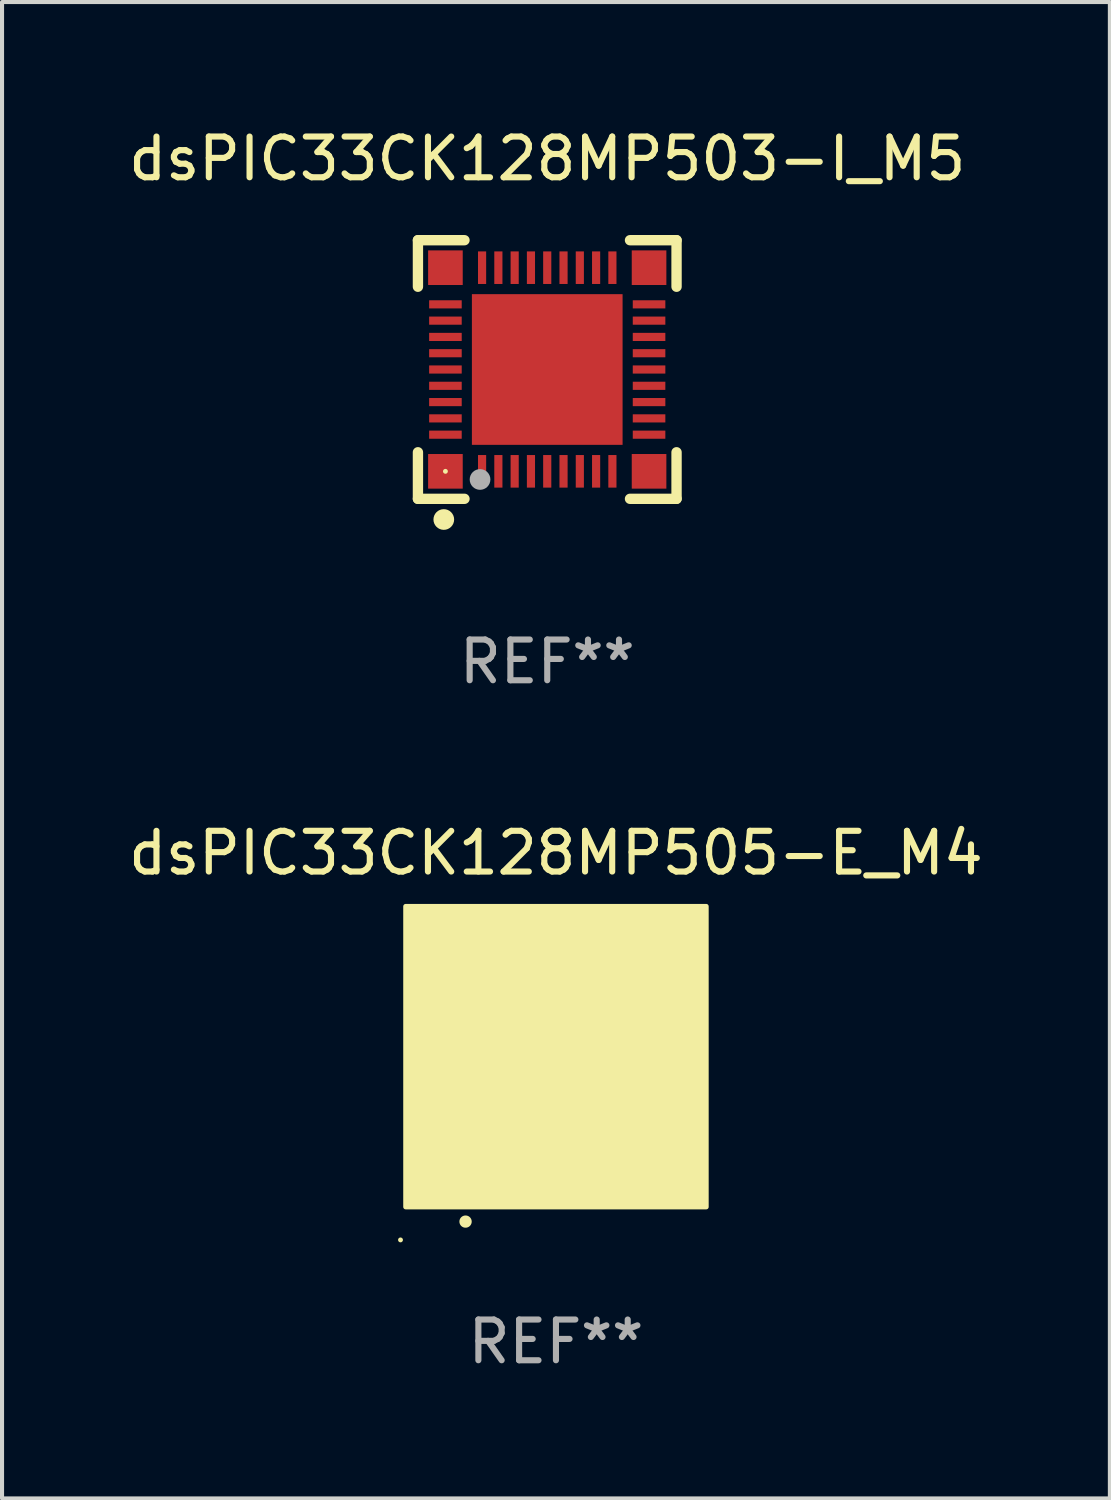
<source format=kicad_pcb>
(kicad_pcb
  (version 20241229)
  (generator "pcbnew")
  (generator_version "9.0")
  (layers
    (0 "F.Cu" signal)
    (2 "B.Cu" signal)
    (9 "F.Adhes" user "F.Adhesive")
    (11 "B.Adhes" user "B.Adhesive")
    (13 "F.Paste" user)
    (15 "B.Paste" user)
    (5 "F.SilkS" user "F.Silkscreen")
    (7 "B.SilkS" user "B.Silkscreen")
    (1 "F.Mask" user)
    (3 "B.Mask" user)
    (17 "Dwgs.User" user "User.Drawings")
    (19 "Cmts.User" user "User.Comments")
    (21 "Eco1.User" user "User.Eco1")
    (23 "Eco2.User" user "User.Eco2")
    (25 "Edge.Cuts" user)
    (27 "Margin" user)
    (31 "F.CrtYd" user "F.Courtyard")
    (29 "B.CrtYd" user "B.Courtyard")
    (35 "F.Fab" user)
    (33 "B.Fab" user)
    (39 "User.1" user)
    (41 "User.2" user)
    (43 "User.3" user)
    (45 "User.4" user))
  (footprint "dsPIC33CK128MP505-E_M4"
    (layer "F.Cu")
    (at 10.601 22.895)
    (property "Reference" "dsPIC33CK128MP505-E_M4" (at 0 -5 0) (layer "F.SilkS") (effects (font (size 1 1) (thickness 0.15))))
    (attr through_hole)
    (fp_arc (start -2.221158 4.050013) (mid -2.219888 4.050008) (end -2.218618 4.050013) (stroke (width 0.3) (type solid)) (layer "F.SilkS"))
    (fp_circle (center -3.817 4.5) (end -3.787 4.5) (stroke (width 0.06) (type solid)) (fill no) (layer "F.SilkS"))
    (fp_poly (pts (xy -3.69 -3.69) (xy 3.69 -3.69) (xy 3.69 3.69) (xy -3.69 3.69)) (stroke (width 0.12) (type solid)) (fill yes) (layer "F.SilkS"))
    (fp_text user "REF**" (at 0 7 0) (layer "F.Fab") (effects (font (size 1 1) (thickness 0.15))))
    (pad "1" smd oval (at -2.201 3) (size 0.2 0.95) (layers "F.Cu" "F.Mask" "F.Paste"))
    (pad "2" smd oval (at -1.8 3) (size 0.2 0.95) (layers "F.Cu" "F.Mask" "F.Paste"))
    (pad "3" smd oval (at -1.401 3) (size 0.2 0.95) (layers "F.Cu" "F.Mask" "F.Paste"))
    (pad "4" smd oval (at -0.999 3) (size 0.2 0.95) (layers "F.Cu" "F.Mask" "F.Paste"))
    (pad "5" smd oval (at -0.601 3) (size 0.2 0.95) (layers "F.Cu" "F.Mask" "F.Paste"))
    (pad "6" smd oval (at -0.199 3) (size 0.2 0.95) (layers "F.Cu" "F.Mask" "F.Paste"))
    (pad "7" smd oval (at 0.199 3) (size 0.2 0.95) (layers "F.Cu" "F.Mask" "F.Paste"))
    (pad "8" smd oval (at 0.601 3) (size 0.2 0.95) (layers "F.Cu" "F.Mask" "F.Paste"))
    (pad "9" smd oval (at 0.999 3) (size 0.2 0.95) (layers "F.Cu" "F.Mask" "F.Paste"))
    (pad "10" smd oval (at 1.401 3) (size 0.2 0.95) (layers "F.Cu" "F.Mask" "F.Paste"))
    (pad "11" smd oval (at 1.8 3) (size 0.2 0.95) (layers "F.Cu" "F.Mask" "F.Paste"))
    (pad "12" smd oval (at 2.201 3) (size 0.2 0.95) (layers "F.Cu" "F.Mask" "F.Paste"))
    (pad "13" smd oval (at 3 2.198 90) (size 0.2 0.95) (layers "F.Cu" "F.Mask" "F.Paste"))
    (pad "14" smd oval (at 3 1.8 90) (size 0.2 0.95) (layers "F.Cu" "F.Mask" "F.Paste"))
    (pad "15" smd oval (at 3 1.401 90) (size 0.2 0.95) (layers "F.Cu" "F.Mask" "F.Paste"))
    (pad "16" smd oval (at 3 0.999 90) (size 0.2 0.95) (layers "F.Cu" "F.Mask" "F.Paste"))
    (pad "17" smd oval (at 3 0.601 90) (size 0.2 0.95) (layers "F.Cu" "F.Mask" "F.Paste"))
    (pad "18" smd oval (at 3 0.199 90) (size 0.2 0.95) (layers "F.Cu" "F.Mask" "F.Paste"))
    (pad "19" smd oval (at 3 -0.199 90) (size 0.2 0.95) (layers "F.Cu" "F.Mask" "F.Paste"))
    (pad "20" smd oval (at 3 -0.601 90) (size 0.2 0.95) (layers "F.Cu" "F.Mask" "F.Paste"))
    (pad "21" smd oval (at 3 -0.999 90) (size 0.2 0.95) (layers "F.Cu" "F.Mask" "F.Paste"))
    (pad "22" smd oval (at 3 -1.401 90) (size 0.2 0.95) (layers "F.Cu" "F.Mask" "F.Paste"))
    (pad "23" smd oval (at 3 -1.8 90) (size 0.2 0.95) (layers "F.Cu" "F.Mask" "F.Paste"))
    (pad "24" smd oval (at 3 -2.201 90) (size 0.2 0.95) (layers "F.Cu" "F.Mask" "F.Paste"))
    (pad "25" smd oval (at 2.201 -3 180) (size 0.2 0.95) (layers "F.Cu" "F.Mask" "F.Paste"))
    (pad "26" smd oval (at 1.8 -3 180) (size 0.2 0.95) (layers "F.Cu" "F.Mask" "F.Paste"))
    (pad "27" smd oval (at 1.401 -3 180) (size 0.2 0.95) (layers "F.Cu" "F.Mask" "F.Paste"))
    (pad "28" smd oval (at 0.999 -3 180) (size 0.2 0.95) (layers "F.Cu" "F.Mask" "F.Paste"))
    (pad "29" smd oval (at 0.601 -3 180) (size 0.2 0.95) (layers "F.Cu" "F.Mask" "F.Paste"))
    (pad "30" smd oval (at 0.199 -3 180) (size 0.2 0.95) (layers "F.Cu" "F.Mask" "F.Paste"))
    (pad "31" smd oval (at -0.199 -3 180) (size 0.2 0.95) (layers "F.Cu" "F.Mask" "F.Paste"))
    (pad "32" smd oval (at -0.601 -3 180) (size 0.2 0.95) (layers "F.Cu" "F.Mask" "F.Paste"))
    (pad "33" smd oval (at -0.999 -3 180) (size 0.2 0.95) (layers "F.Cu" "F.Mask" "F.Paste"))
    (pad "34" smd oval (at -1.401 -3 180) (size 0.2 0.95) (layers "F.Cu" "F.Mask" "F.Paste"))
    (pad "35" smd oval (at -1.8 -3 180) (size 0.2 0.95) (layers "F.Cu" "F.Mask" "F.Paste"))
    (pad "36" smd oval (at -2.201 -3 180) (size 0.2 0.95) (layers "F.Cu" "F.Mask" "F.Paste"))
    (pad "37" smd oval (at -3 -2.201 270) (size 0.2 0.95) (layers "F.Cu" "F.Mask" "F.Paste"))
    (pad "38" smd oval (at -3 -1.8 270) (size 0.2 0.95) (layers "F.Cu" "F.Mask" "F.Paste"))
    (pad "39" smd oval (at -3 -1.401 270) (size 0.2 0.95) (layers "F.Cu" "F.Mask" "F.Paste"))
    (pad "40" smd oval (at -3 -0.999 270) (size 0.2 0.95) (layers "F.Cu" "F.Mask" "F.Paste"))
    (pad "41" smd oval (at -3 -0.601 270) (size 0.2 0.95) (layers "F.Cu" "F.Mask" "F.Paste"))
    (pad "42" smd oval (at -3 -0.199 270) (size 0.2 0.95) (layers "F.Cu" "F.Mask" "F.Paste"))
    (pad "43" smd oval (at -3 0.199 270) (size 0.2 0.95) (layers "F.Cu" "F.Mask" "F.Paste"))
    (pad "44" smd oval (at -3 0.601 270) (size 0.2 0.95) (layers "F.Cu" "F.Mask" "F.Paste"))
    (pad "45" smd oval (at -3 0.999 270) (size 0.2 0.95) (layers "F.Cu" "F.Mask" "F.Paste"))
    (pad "46" smd oval (at -3 1.401 270) (size 0.2 0.95) (layers "F.Cu" "F.Mask" "F.Paste"))
    (pad "47" smd oval (at -3 1.8 270) (size 0.2 0.95) (layers "F.Cu" "F.Mask" "F.Paste"))
    (pad "48" smd oval (at -3 2.198 270) (size 0.2 0.95) (layers "F.Cu" "F.Mask" "F.Paste"))
    (pad "49" smd rect (at -3 -3 90) (size 0.9 0.9) (layers "F.Cu" "F.Mask" "F.Paste"))
    (pad "49" smd rect (at -3 3 90) (size 0.9 0.9) (layers "F.Cu" "F.Mask" "F.Paste"))
    (pad "49" smd rect (at -0.001 -0.001 90) (size 4.6 4.6) (layers "F.Cu" "F.Mask" "F.Paste"))
    (pad "49" smd rect (at 3 -3 90) (size 0.9 0.9) (layers "F.Cu" "F.Mask" "F.Paste"))
    (pad "49" smd rect (at 3 3 90) (size 0.9 0.9) (layers "F.Cu" "F.Mask" "F.Paste")))
  (footprint "dsPIC33CK128MP503-I_M5"
    (layer "F.Cu")
    (at 10.387 6.023)
    (property "Reference" "dsPIC33CK128MP503-I_M5" (at 0 -5.175 0) (layer "F.SilkS") (effects (font (size 1 1) (thickness 0.15))))
    (attr through_hole)
    (fp_line (start -3.175 -3.175) (end -2.032 -3.175) (stroke (width 0.254) (type solid)) (layer "F.SilkS"))
    (fp_line (start -3.175 -2.032) (end -3.175 -3.175) (stroke (width 0.254) (type solid)) (layer "F.SilkS"))
    (fp_line (start -3.175 3.175) (end -3.175 2.032) (stroke (width 0.254) (type solid)) (layer "F.SilkS"))
    (fp_line (start -2.032 3.175) (end -3.175 3.175) (stroke (width 0.254) (type solid)) (layer "F.SilkS"))
    (fp_line (start 2.032 -3.175) (end 3.175 -3.175) (stroke (width 0.254) (type solid)) (layer "F.SilkS"))
    (fp_line (start 3.175 -3.175) (end 3.175 -2.032) (stroke (width 0.254) (type solid)) (layer "F.SilkS"))
    (fp_line (start 3.175 2.032) (end 3.175 3.175) (stroke (width 0.254) (type solid)) (layer "F.SilkS"))
    (fp_line (start 3.175 3.175) (end 2.032 3.175) (stroke (width 0.254) (type solid)) (layer "F.SilkS"))
    (fp_circle (center -2.54 3.683) (end -2.413 3.683) (stroke (width 0.254) (type solid)) (fill no) (layer "F.SilkS"))
    (fp_circle (center -2.5 2.5) (end -2.47 2.5) (stroke (width 0.06) (type solid)) (fill no) (layer "F.SilkS"))
    (fp_circle (center -1.65 2.7) (end -1.523 2.7) (stroke (width 0.254) (type solid)) (fill no) (layer "F.Fab"))
    (fp_text user "REF**" (at 0 7.175 0) (layer "F.Fab") (effects (font (size 1 1) (thickness 0.15))))
    (pad "1" smd rect (at -1.6 2.5) (size 0.2 0.8) (layers "F.Cu" "F.Mask" "F.Paste"))
    (pad "2" smd rect (at -1.2 2.5) (size 0.2 0.8) (layers "F.Cu" "F.Mask" "F.Paste"))
    (pad "3" smd rect (at -0.8 2.5) (size 0.2 0.8) (layers "F.Cu" "F.Mask" "F.Paste"))
    (pad "4" smd rect (at -0.4 2.5) (size 0.2 0.8) (layers "F.Cu" "F.Mask" "F.Paste"))
    (pad "5" smd rect (at -0.000051 2.5) (size 0.2 0.8) (layers "F.Cu" "F.Mask" "F.Paste"))
    (pad "6" smd rect (at 0.4 2.5) (size 0.2 0.8) (layers "F.Cu" "F.Mask" "F.Paste"))
    (pad "7" smd rect (at 0.8 2.5) (size 0.2 0.8) (layers "F.Cu" "F.Mask" "F.Paste"))
    (pad "8" smd rect (at 1.2 2.5) (size 0.2 0.8) (layers "F.Cu" "F.Mask" "F.Paste"))
    (pad "9" smd rect (at 1.6 2.5) (size 0.2 0.8) (layers "F.Cu" "F.Mask" "F.Paste"))
    (pad "10" smd rect (at 2.5 1.6 90) (size 0.2 0.8) (layers "F.Cu" "F.Mask" "F.Paste"))
    (pad "11" smd rect (at 2.5 1.2 90) (size 0.2 0.8) (layers "F.Cu" "F.Mask" "F.Paste"))
    (pad "12" smd rect (at 2.5 0.8 90) (size 0.2 0.8) (layers "F.Cu" "F.Mask" "F.Paste"))
    (pad "13" smd rect (at 2.5 0.4 90) (size 0.2 0.8) (layers "F.Cu" "F.Mask" "F.Paste"))
    (pad "14" smd rect (at 2.5 -0.000051 90) (size 0.2 0.8) (layers "F.Cu" "F.Mask" "F.Paste"))
    (pad "15" smd rect (at 2.5 -0.4 90) (size 0.2 0.8) (layers "F.Cu" "F.Mask" "F.Paste"))
    (pad "16" smd rect (at 2.5 -0.8 90) (size 0.2 0.8) (layers "F.Cu" "F.Mask" "F.Paste"))
    (pad "17" smd rect (at 2.5 -1.2 90) (size 0.2 0.8) (layers "F.Cu" "F.Mask" "F.Paste"))
    (pad "18" smd rect (at 2.5 -1.6 90) (size 0.2 0.8) (layers "F.Cu" "F.Mask" "F.Paste"))
    (pad "19" smd rect (at 1.6 -2.5 180) (size 0.2 0.8) (layers "F.Cu" "F.Mask" "F.Paste"))
    (pad "20" smd rect (at 1.2 -2.5 180) (size 0.2 0.8) (layers "F.Cu" "F.Mask" "F.Paste"))
    (pad "21" smd rect (at 0.8 -2.5 180) (size 0.2 0.8) (layers "F.Cu" "F.Mask" "F.Paste"))
    (pad "22" smd rect (at 0.4 -2.5 180) (size 0.2 0.8) (layers "F.Cu" "F.Mask" "F.Paste"))
    (pad "23" smd rect (at -0.000051 -2.5 180) (size 0.2 0.8) (layers "F.Cu" "F.Mask" "F.Paste"))
    (pad "24" smd rect (at -0.4 -2.5 180) (size 0.2 0.8) (layers "F.Cu" "F.Mask" "F.Paste"))
    (pad "25" smd rect (at -0.8 -2.5 180) (size 0.2 0.8) (layers "F.Cu" "F.Mask" "F.Paste"))
    (pad "26" smd rect (at -1.2 -2.5 180) (size 0.2 0.8) (layers "F.Cu" "F.Mask" "F.Paste"))
    (pad "27" smd rect (at -1.6 -2.5 180) (size 0.2 0.8) (layers "F.Cu" "F.Mask" "F.Paste"))
    (pad "28" smd rect (at -2.5 -1.6 270) (size 0.2 0.8) (layers "F.Cu" "F.Mask" "F.Paste"))
    (pad "29" smd rect (at -2.5 -1.2 270) (size 0.2 0.8) (layers "F.Cu" "F.Mask" "F.Paste"))
    (pad "30" smd rect (at -2.5 -0.8 270) (size 0.2 0.8) (layers "F.Cu" "F.Mask" "F.Paste"))
    (pad "31" smd rect (at -2.5 -0.4 270) (size 0.2 0.8) (layers "F.Cu" "F.Mask" "F.Paste"))
    (pad "32" smd rect (at -2.5 -0.000051 270) (size 0.2 0.8) (layers "F.Cu" "F.Mask" "F.Paste"))
    (pad "33" smd rect (at -2.5 0.4 270) (size 0.2 0.8) (layers "F.Cu" "F.Mask" "F.Paste"))
    (pad "34" smd rect (at -2.5 0.8 270) (size 0.2 0.8) (layers "F.Cu" "F.Mask" "F.Paste"))
    (pad "35" smd rect (at -2.5 1.2 270) (size 0.2 0.8) (layers "F.Cu" "F.Mask" "F.Paste"))
    (pad "36" smd rect (at -2.5 1.6 270) (size 0.2 0.8) (layers "F.Cu" "F.Mask" "F.Paste"))
    (pad "37" smd rect (at -2.5 -2.5) (size 0.85 0.85) (layers "F.Cu" "F.Mask" "F.Paste"))
    (pad "37" smd rect (at -2.5 2.5) (size 0.85 0.85) (layers "F.Cu" "F.Mask" "F.Paste"))
    (pad "37" smd rect (at -0.000051 -0.000051) (size 3.7 3.7) (layers "F.Cu" "F.Mask" "F.Paste"))
    (pad "37" smd rect (at 2.5 -2.5) (size 0.85 0.85) (layers "F.Cu" "F.Mask" "F.Paste"))
    (pad "37" smd rect (at 2.5 2.5) (size 0.85 0.85) (layers "F.Cu" "F.Mask" "F.Paste")))
  (gr_rect
    (start -3 -3)
    (end 24.202 33.743)
    (stroke (width 0.1) (type default))
    (fill no)
    (layer "Edge.Cuts")))
</source>
